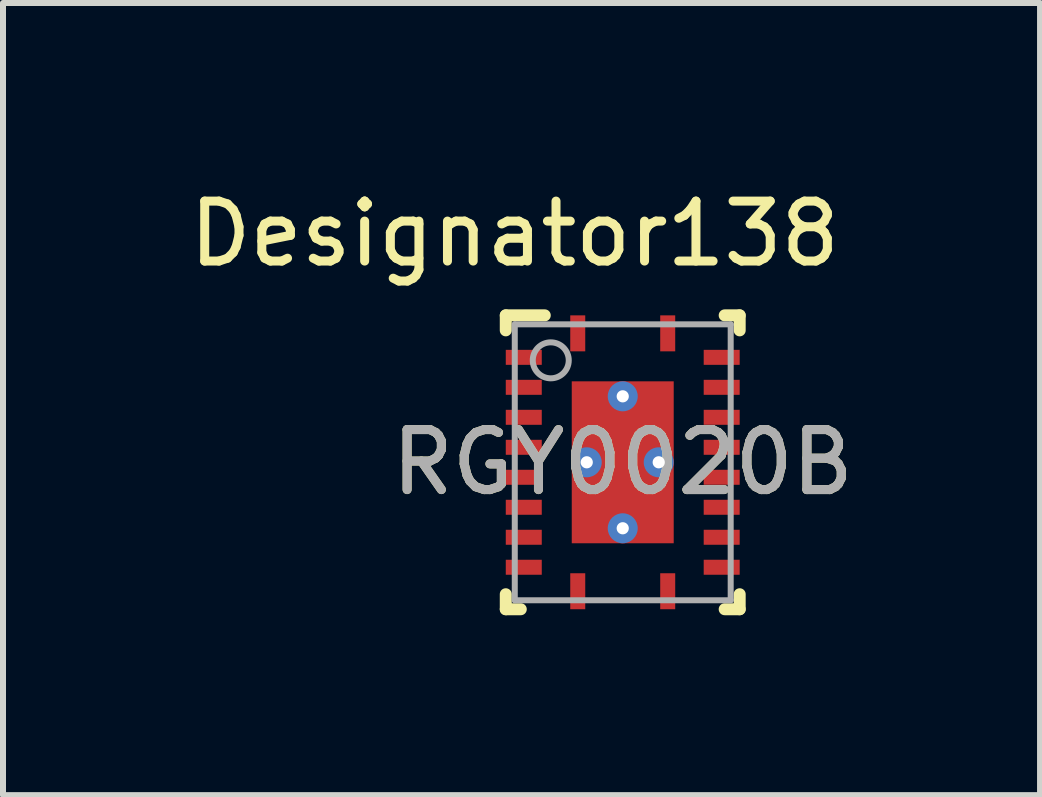
<source format=kicad_pcb>
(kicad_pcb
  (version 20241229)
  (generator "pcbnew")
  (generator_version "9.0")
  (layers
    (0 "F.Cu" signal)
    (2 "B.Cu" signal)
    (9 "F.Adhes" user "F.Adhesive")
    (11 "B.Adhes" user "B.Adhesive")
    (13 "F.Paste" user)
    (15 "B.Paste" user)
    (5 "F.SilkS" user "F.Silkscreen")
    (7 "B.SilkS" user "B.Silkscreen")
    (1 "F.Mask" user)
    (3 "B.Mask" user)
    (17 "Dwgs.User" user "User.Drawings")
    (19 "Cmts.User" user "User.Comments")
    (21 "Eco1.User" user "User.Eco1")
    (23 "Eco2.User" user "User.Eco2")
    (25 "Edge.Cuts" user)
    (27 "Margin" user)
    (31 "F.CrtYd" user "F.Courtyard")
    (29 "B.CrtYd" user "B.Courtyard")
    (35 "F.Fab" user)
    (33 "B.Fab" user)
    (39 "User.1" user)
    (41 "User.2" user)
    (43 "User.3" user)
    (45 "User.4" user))
  (footprint "RGY0020B"
    (layer "F.Cu")
    (at 7.333 4.658)
    (property "Reference" "RGY0020B" (at 0 0 0) (unlocked yes) (layer "F.SilkS") (effects (font (size 1 1) (thickness 0.15))))
    (attr smd)
    (fp_line (start -1.95 -2.45) (end -1.3 -2.45) (stroke (width 0.2) (type solid)) (layer "F.SilkS"))
    (fp_line (start -1.95 -2.2) (end -1.95 -2.45) (stroke (width 0.2) (type solid)) (layer "F.SilkS"))
    (fp_line (start -1.95 2.45) (end -1.95 2.2) (stroke (width 0.2) (type solid)) (layer "F.SilkS"))
    (fp_line (start -1.95 2.45) (end -1.7 2.45) (stroke (width 0.2) (type solid)) (layer "F.SilkS"))
    (fp_line (start 1.7 -2.45) (end 1.95 -2.45) (stroke (width 0.2) (type solid)) (layer "F.SilkS"))
    (fp_line (start 1.7 2.45) (end 1.95 2.45) (stroke (width 0.2) (type solid)) (layer "F.SilkS"))
    (fp_line (start 1.95 -2.2) (end 1.95 -2.45) (stroke (width 0.2) (type solid)) (layer "F.SilkS"))
    (fp_line (start 1.95 2.45) (end 1.95 2.2) (stroke (width 0.2) (type solid)) (layer "F.SilkS"))
    (fp_poly (pts (xy 0.774 -1.288) (xy -0.774 -1.288) (xy -0.774 -0.1) (xy 0.774 -0.1)) (stroke (width 0) (type solid)) (fill yes) (layer "F.Paste"))
    (fp_poly (pts (xy 0.774 0.1) (xy -0.774 0.1) (xy -0.774 1.288) (xy 0.774 1.288)) (stroke (width 0) (type solid)) (fill yes) (layer "F.Paste"))
    (fp_line (start -1.8 -2.3) (end 1.8 -2.3) (stroke (width 0.1) (type solid)) (layer "F.Fab"))
    (fp_line (start -1.8 2.3) (end -1.8 -2.3) (stroke (width 0.1) (type solid)) (layer "F.Fab"))
    (fp_line (start -1.8 2.3) (end 1.8 2.3) (stroke (width 0.1) (type solid)) (layer "F.Fab"))
    (fp_line (start 1.8 2.3) (end 1.8 -2.3) (stroke (width 0.1) (type solid)) (layer "F.Fab"))
    (fp_circle (center -1.2 -1.7) (end -0.9 -1.7) (stroke (width 0.1) (type solid)) (fill no) (layer "F.Fab"))
    (fp_text user "Designator138" (at -1.803 -3.81 0) (unlocked yes) (layer "F.SilkS") (effects (font (size 1 1) (thickness 0.15))))
    (fp_text user "${REFERENCE}" (at 0 0 0) (unlocked yes) (layer "F.Fab") (effects (font (size 1 1) (thickness 0.15))))
    (pad "1" smd rect (at -0.75 -2.15) (size 0.25 0.6) (layers "F.Cu" "F.Mask" "F.Paste"))
    (pad "2" smd rect (at -1.65 -1.75 90) (size 0.25 0.6) (layers "F.Cu" "F.Mask" "F.Paste"))
    (pad "3" smd rect (at -1.65 -1.25 90) (size 0.25 0.6) (layers "F.Cu" "F.Mask" "F.Paste"))
    (pad "4" smd rect (at -1.65 -0.75 90) (size 0.25 0.6) (layers "F.Cu" "F.Mask" "F.Paste"))
    (pad "5" smd rect (at -1.65 -0.25 90) (size 0.25 0.6) (layers "F.Cu" "F.Mask" "F.Paste"))
    (pad "6" smd rect (at -1.65 0.25 90) (size 0.25 0.6) (layers "F.Cu" "F.Mask" "F.Paste"))
    (pad "7" smd rect (at -1.65 0.75 90) (size 0.25 0.6) (layers "F.Cu" "F.Mask" "F.Paste"))
    (pad "8" smd rect (at -1.65 1.25 90) (size 0.25 0.6) (layers "F.Cu" "F.Mask" "F.Paste"))
    (pad "9" smd rect (at -1.65 1.75 90) (size 0.25 0.6) (layers "F.Cu" "F.Mask" "F.Paste"))
    (pad "10" smd rect (at -0.75 2.15) (size 0.25 0.6) (layers "F.Cu" "F.Mask" "F.Paste"))
    (pad "11" smd rect (at 0.75 2.15) (size 0.25 0.6) (layers "F.Cu" "F.Mask" "F.Paste"))
    (pad "12" smd rect (at 1.65 1.75 90) (size 0.25 0.6) (layers "F.Cu" "F.Mask" "F.Paste"))
    (pad "13" smd rect (at 1.65 1.25 90) (size 0.25 0.6) (layers "F.Cu" "F.Mask" "F.Paste"))
    (pad "14" smd rect (at 1.65 0.75 90) (size 0.25 0.6) (layers "F.Cu" "F.Mask" "F.Paste"))
    (pad "15" smd rect (at 1.65 0.25 90) (size 0.25 0.6) (layers "F.Cu" "F.Mask" "F.Paste"))
    (pad "16" smd rect (at 1.65 -0.25 90) (size 0.25 0.6) (layers "F.Cu" "F.Mask" "F.Paste"))
    (pad "17" smd rect (at 1.65 -0.75 90) (size 0.25 0.6) (layers "F.Cu" "F.Mask" "F.Paste"))
    (pad "18" smd rect (at 1.65 -1.25 90) (size 0.25 0.6) (layers "F.Cu" "F.Mask" "F.Paste"))
    (pad "19" smd rect (at 1.65 -1.75 90) (size 0.25 0.6) (layers "F.Cu" "F.Mask" "F.Paste"))
    (pad "20" smd rect (at 0.75 -2.15) (size 0.25 0.6) (layers "F.Cu" "F.Mask" "F.Paste"))
    (pad "21" smd rect (at 0 0) (size 1.7 2.7) (layers "F.Cu" "F.Mask"))
    (pad "V" thru_hole circle (at -0.6 0) (size 0.5 0.5) (drill 0.203) (layers "*.Cu" "*.Mask"))
    (pad "V" thru_hole circle (at 0 -1.1) (size 0.5 0.5) (drill 0.203) (layers "*.Cu" "*.Mask"))
    (pad "V" thru_hole circle (at 0 1.1) (size 0.5 0.5) (drill 0.203) (layers "*.Cu" "*.Mask"))
    (pad "V" thru_hole circle (at 0.6 0) (size 0.5 0.5) (drill 0.203) (layers "*.Cu" "*.Mask")))
  (gr_rect
    (start -3 -3)
    (end 14.291 10.208)
    (stroke (width 0.1) (type default))
    (fill no)
    (layer "Edge.Cuts")))
</source>
